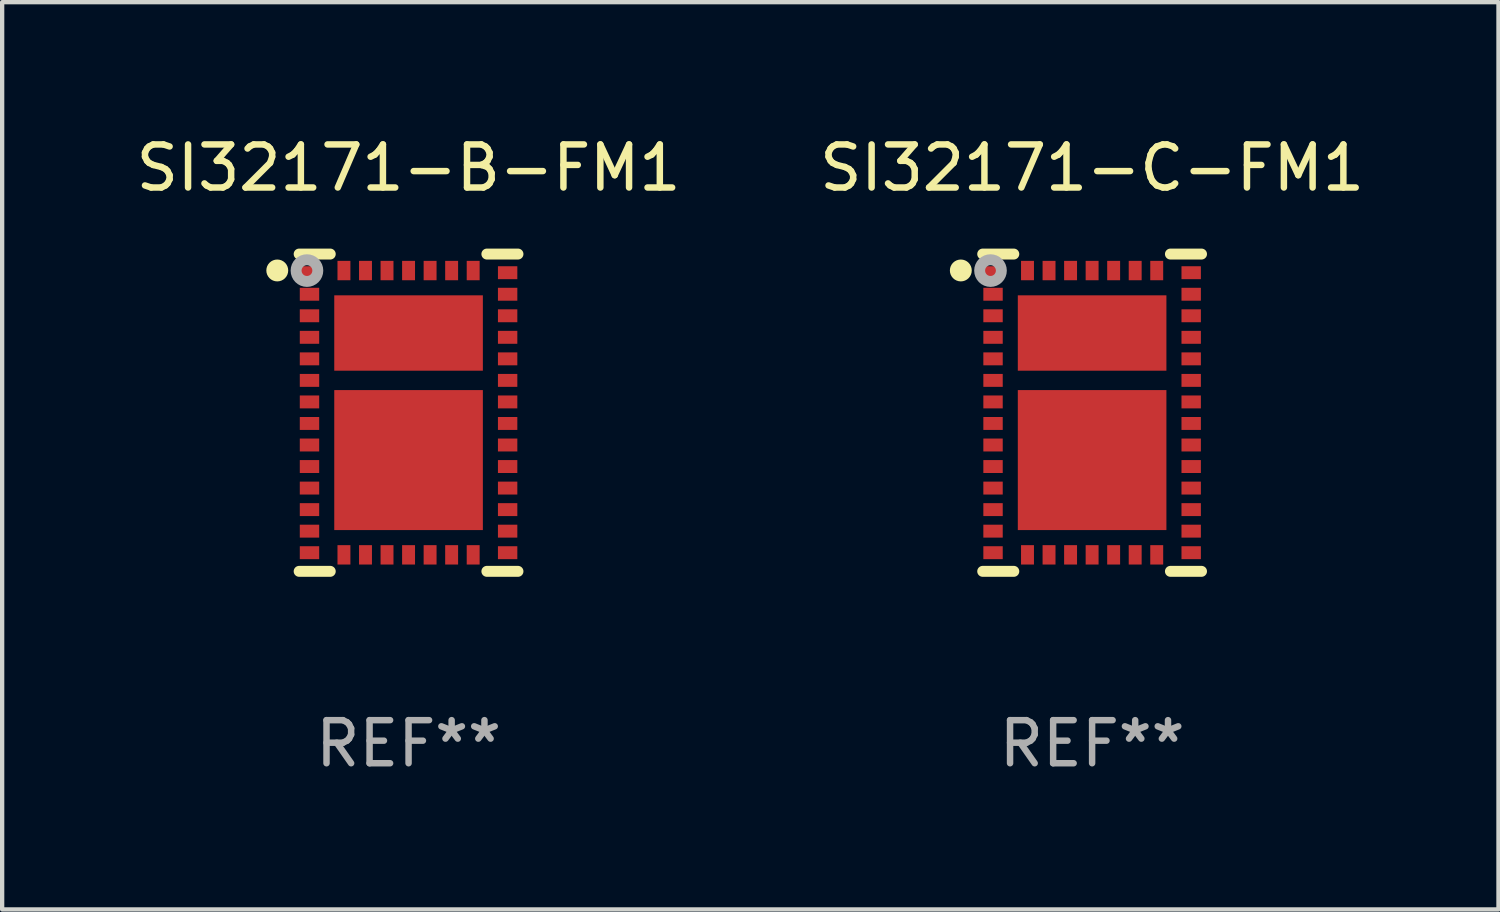
<source format=kicad_pcb>
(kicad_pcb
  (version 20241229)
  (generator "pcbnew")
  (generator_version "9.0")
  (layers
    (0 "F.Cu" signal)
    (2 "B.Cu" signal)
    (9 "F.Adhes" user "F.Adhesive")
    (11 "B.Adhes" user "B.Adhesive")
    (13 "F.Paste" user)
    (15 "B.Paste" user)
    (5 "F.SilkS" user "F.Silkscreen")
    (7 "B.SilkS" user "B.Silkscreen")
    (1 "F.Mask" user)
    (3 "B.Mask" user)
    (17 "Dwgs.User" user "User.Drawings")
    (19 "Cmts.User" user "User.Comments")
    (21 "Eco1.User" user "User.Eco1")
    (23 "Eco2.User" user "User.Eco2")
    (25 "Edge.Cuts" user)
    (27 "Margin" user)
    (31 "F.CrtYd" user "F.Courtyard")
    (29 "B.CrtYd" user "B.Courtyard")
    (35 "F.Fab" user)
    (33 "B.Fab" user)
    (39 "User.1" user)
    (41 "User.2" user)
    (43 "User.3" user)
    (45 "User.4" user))
  (footprint "SI32171-B-FM1"
    (layer "F.Cu")
    (at 6.435 6.531)
    (property "Reference" "SI32171-B-FM1" (at 0 -5.683 0) (layer "F.SilkS") (effects (font (size 1 1) (thickness 0.15))))
    (attr through_hole)
    (fp_line (start -1.818 -3.683) (end -2.54 -3.683) (stroke (width 0.254) (type solid)) (layer "F.SilkS"))
    (fp_line (start -1.818 3.683) (end -2.54 3.683) (stroke (width 0.254) (type solid)) (layer "F.SilkS"))
    (fp_line (start 1.818 -3.683) (end 2.54 -3.683) (stroke (width 0.254) (type solid)) (layer "F.SilkS"))
    (fp_line (start 1.818 3.683) (end 2.54 3.683) (stroke (width 0.254) (type solid)) (layer "F.SilkS"))
    (fp_circle (center -3.048 -3.302) (end -2.921 -3.302) (stroke (width 0.254) (type solid)) (fill no) (layer "F.SilkS"))
    (fp_circle (center -2.5 -3.5) (end -2.47 -3.5) (stroke (width 0.06) (type solid)) (fill no) (layer "F.SilkS"))
    (fp_circle (center -2.359 -3.299) (end -2.234 -3.299) (stroke (width 0.254) (type solid)) (fill no) (layer "F.Fab"))
    (fp_text user "REF**" (at 0 7.683 0) (layer "F.Fab") (effects (font (size 1 1) (thickness 0.15))))
    (pad "1" smd rect (at -2.3 -3.25) (size 0.45 0.3) (layers "F.Cu" "F.Mask" "F.Paste"))
    (pad "2" smd rect (at -2.3 -2.75) (size 0.45 0.3) (layers "F.Cu" "F.Mask" "F.Paste"))
    (pad "3" smd rect (at -2.3 -2.25) (size 0.45 0.3) (layers "F.Cu" "F.Mask" "F.Paste"))
    (pad "4" smd rect (at -2.3 -1.75) (size 0.45 0.3) (layers "F.Cu" "F.Mask" "F.Paste"))
    (pad "5" smd rect (at -2.3 -1.25) (size 0.45 0.3) (layers "F.Cu" "F.Mask" "F.Paste"))
    (pad "6" smd rect (at -2.3 -0.75) (size 0.45 0.3) (layers "F.Cu" "F.Mask" "F.Paste"))
    (pad "7" smd rect (at -2.3 -0.25) (size 0.45 0.3) (layers "F.Cu" "F.Mask" "F.Paste"))
    (pad "8" smd rect (at -2.3 0.25) (size 0.45 0.3) (layers "F.Cu" "F.Mask" "F.Paste"))
    (pad "9" smd rect (at -2.3 0.75) (size 0.45 0.3) (layers "F.Cu" "F.Mask" "F.Paste"))
    (pad "10" smd rect (at -2.3 1.25) (size 0.45 0.3) (layers "F.Cu" "F.Mask" "F.Paste"))
    (pad "11" smd rect (at -2.3 1.75) (size 0.45 0.3) (layers "F.Cu" "F.Mask" "F.Paste"))
    (pad "12" smd rect (at -2.3 2.25) (size 0.45 0.3) (layers "F.Cu" "F.Mask" "F.Paste"))
    (pad "13" smd rect (at -2.3 2.75) (size 0.45 0.3) (layers "F.Cu" "F.Mask" "F.Paste"))
    (pad "14" smd rect (at -2.3 3.25) (size 0.45 0.3) (layers "F.Cu" "F.Mask" "F.Paste"))
    (pad "15" smd rect (at -1.5 3.3 90) (size 0.45 0.3) (layers "F.Cu" "F.Mask" "F.Paste"))
    (pad "16" smd rect (at -1 3.3 90) (size 0.45 0.3) (layers "F.Cu" "F.Mask" "F.Paste"))
    (pad "17" smd rect (at -0.5 3.3 90) (size 0.45 0.3) (layers "F.Cu" "F.Mask" "F.Paste"))
    (pad "18" smd rect (at 0 3.3 90) (size 0.45 0.3) (layers "F.Cu" "F.Mask" "F.Paste"))
    (pad "19" smd rect (at 0.5 3.3 90) (size 0.45 0.3) (layers "F.Cu" "F.Mask" "F.Paste"))
    (pad "20" smd rect (at 1 3.3 90) (size 0.45 0.3) (layers "F.Cu" "F.Mask" "F.Paste"))
    (pad "21" smd rect (at 1.5 3.3 90) (size 0.45 0.3) (layers "F.Cu" "F.Mask" "F.Paste"))
    (pad "22" smd rect (at 2.3 3.25 180) (size 0.45 0.3) (layers "F.Cu" "F.Mask" "F.Paste"))
    (pad "23" smd rect (at 2.3 2.75 180) (size 0.45 0.3) (layers "F.Cu" "F.Mask" "F.Paste"))
    (pad "24" smd rect (at 2.3 2.25 180) (size 0.45 0.3) (layers "F.Cu" "F.Mask" "F.Paste"))
    (pad "25" smd rect (at 2.3 1.75 180) (size 0.45 0.3) (layers "F.Cu" "F.Mask" "F.Paste"))
    (pad "26" smd rect (at 2.3 1.25 180) (size 0.45 0.3) (layers "F.Cu" "F.Mask" "F.Paste"))
    (pad "27" smd rect (at 2.3 0.75 180) (size 0.45 0.3) (layers "F.Cu" "F.Mask" "F.Paste"))
    (pad "28" smd rect (at 2.3 0.25 180) (size 0.45 0.3) (layers "F.Cu" "F.Mask" "F.Paste"))
    (pad "29" smd rect (at 2.3 -0.25 180) (size 0.45 0.3) (layers "F.Cu" "F.Mask" "F.Paste"))
    (pad "30" smd rect (at 2.3 -0.75 180) (size 0.45 0.3) (layers "F.Cu" "F.Mask" "F.Paste"))
    (pad "31" smd rect (at 2.3 -1.25 180) (size 0.45 0.3) (layers "F.Cu" "F.Mask" "F.Paste"))
    (pad "32" smd rect (at 2.3 -1.75 180) (size 0.45 0.3) (layers "F.Cu" "F.Mask" "F.Paste"))
    (pad "33" smd rect (at 2.3 -2.25 180) (size 0.45 0.3) (layers "F.Cu" "F.Mask" "F.Paste"))
    (pad "34" smd rect (at 2.3 -2.75 180) (size 0.45 0.3) (layers "F.Cu" "F.Mask" "F.Paste"))
    (pad "35" smd rect (at 2.3 -3.25 180) (size 0.45 0.3) (layers "F.Cu" "F.Mask" "F.Paste"))
    (pad "36" smd rect (at 1.5 -3.3 270) (size 0.45 0.3) (layers "F.Cu" "F.Mask" "F.Paste"))
    (pad "37" smd rect (at 1 -3.3 270) (size 0.45 0.3) (layers "F.Cu" "F.Mask" "F.Paste"))
    (pad "38" smd rect (at 0.5 -3.3 270) (size 0.45 0.3) (layers "F.Cu" "F.Mask" "F.Paste"))
    (pad "39" smd rect (at 0 -3.3 270) (size 0.45 0.3) (layers "F.Cu" "F.Mask" "F.Paste"))
    (pad "40" smd rect (at -0.5 -3.3 270) (size 0.45 0.3) (layers "F.Cu" "F.Mask" "F.Paste"))
    (pad "41" smd rect (at -1 -3.3 270) (size 0.45 0.3) (layers "F.Cu" "F.Mask" "F.Paste"))
    (pad "42" smd rect (at -1.5 -3.3 270) (size 0.45 0.3) (layers "F.Cu" "F.Mask" "F.Paste"))
    (pad "43" smd rect (at 0 1.1 270) (size 3.25 3.45) (layers "F.Cu" "F.Mask" "F.Paste"))
    (pad "44" smd rect (at 0 -1.85 270) (size 1.75 3.45) (layers "F.Cu" "F.Mask" "F.Paste")))
  (footprint "SI32171-C-FM1"
    (layer "F.Cu")
    (at 22.304 6.531)
    (property "Reference" "SI32171-C-FM1" (at 0 -5.683 0) (layer "F.SilkS") (effects (font (size 1 1) (thickness 0.15))))
    (attr through_hole)
    (fp_line (start -1.818 -3.683) (end -2.54 -3.683) (stroke (width 0.254) (type solid)) (layer "F.SilkS"))
    (fp_line (start -1.818 3.683) (end -2.54 3.683) (stroke (width 0.254) (type solid)) (layer "F.SilkS"))
    (fp_line (start 1.818 -3.683) (end 2.54 -3.683) (stroke (width 0.254) (type solid)) (layer "F.SilkS"))
    (fp_line (start 1.818 3.683) (end 2.54 3.683) (stroke (width 0.254) (type solid)) (layer "F.SilkS"))
    (fp_circle (center -3.048 -3.302) (end -2.921 -3.302) (stroke (width 0.254) (type solid)) (fill no) (layer "F.SilkS"))
    (fp_circle (center -2.5 -3.5) (end -2.47 -3.5) (stroke (width 0.06) (type solid)) (fill no) (layer "F.SilkS"))
    (fp_circle (center -2.359 -3.299) (end -2.234 -3.299) (stroke (width 0.254) (type solid)) (fill no) (layer "F.Fab"))
    (fp_text user "REF**" (at 0 7.683 0) (layer "F.Fab") (effects (font (size 1 1) (thickness 0.15))))
    (pad "1" smd rect (at -2.3 -3.25) (size 0.45 0.3) (layers "F.Cu" "F.Mask" "F.Paste"))
    (pad "2" smd rect (at -2.3 -2.75) (size 0.45 0.3) (layers "F.Cu" "F.Mask" "F.Paste"))
    (pad "3" smd rect (at -2.3 -2.25) (size 0.45 0.3) (layers "F.Cu" "F.Mask" "F.Paste"))
    (pad "4" smd rect (at -2.3 -1.75) (size 0.45 0.3) (layers "F.Cu" "F.Mask" "F.Paste"))
    (pad "5" smd rect (at -2.3 -1.25) (size 0.45 0.3) (layers "F.Cu" "F.Mask" "F.Paste"))
    (pad "6" smd rect (at -2.3 -0.75) (size 0.45 0.3) (layers "F.Cu" "F.Mask" "F.Paste"))
    (pad "7" smd rect (at -2.3 -0.25) (size 0.45 0.3) (layers "F.Cu" "F.Mask" "F.Paste"))
    (pad "8" smd rect (at -2.3 0.25) (size 0.45 0.3) (layers "F.Cu" "F.Mask" "F.Paste"))
    (pad "9" smd rect (at -2.3 0.75) (size 0.45 0.3) (layers "F.Cu" "F.Mask" "F.Paste"))
    (pad "10" smd rect (at -2.3 1.25) (size 0.45 0.3) (layers "F.Cu" "F.Mask" "F.Paste"))
    (pad "11" smd rect (at -2.3 1.75) (size 0.45 0.3) (layers "F.Cu" "F.Mask" "F.Paste"))
    (pad "12" smd rect (at -2.3 2.25) (size 0.45 0.3) (layers "F.Cu" "F.Mask" "F.Paste"))
    (pad "13" smd rect (at -2.3 2.75) (size 0.45 0.3) (layers "F.Cu" "F.Mask" "F.Paste"))
    (pad "14" smd rect (at -2.3 3.25) (size 0.45 0.3) (layers "F.Cu" "F.Mask" "F.Paste"))
    (pad "15" smd rect (at -1.5 3.3 90) (size 0.45 0.3) (layers "F.Cu" "F.Mask" "F.Paste"))
    (pad "16" smd rect (at -1 3.3 90) (size 0.45 0.3) (layers "F.Cu" "F.Mask" "F.Paste"))
    (pad "17" smd rect (at -0.5 3.3 90) (size 0.45 0.3) (layers "F.Cu" "F.Mask" "F.Paste"))
    (pad "18" smd rect (at 0 3.3 90) (size 0.45 0.3) (layers "F.Cu" "F.Mask" "F.Paste"))
    (pad "19" smd rect (at 0.5 3.3 90) (size 0.45 0.3) (layers "F.Cu" "F.Mask" "F.Paste"))
    (pad "20" smd rect (at 1 3.3 90) (size 0.45 0.3) (layers "F.Cu" "F.Mask" "F.Paste"))
    (pad "21" smd rect (at 1.5 3.3 90) (size 0.45 0.3) (layers "F.Cu" "F.Mask" "F.Paste"))
    (pad "22" smd rect (at 2.3 3.25 180) (size 0.45 0.3) (layers "F.Cu" "F.Mask" "F.Paste"))
    (pad "23" smd rect (at 2.3 2.75 180) (size 0.45 0.3) (layers "F.Cu" "F.Mask" "F.Paste"))
    (pad "24" smd rect (at 2.3 2.25 180) (size 0.45 0.3) (layers "F.Cu" "F.Mask" "F.Paste"))
    (pad "25" smd rect (at 2.3 1.75 180) (size 0.45 0.3) (layers "F.Cu" "F.Mask" "F.Paste"))
    (pad "26" smd rect (at 2.3 1.25 180) (size 0.45 0.3) (layers "F.Cu" "F.Mask" "F.Paste"))
    (pad "27" smd rect (at 2.3 0.75 180) (size 0.45 0.3) (layers "F.Cu" "F.Mask" "F.Paste"))
    (pad "28" smd rect (at 2.3 0.25 180) (size 0.45 0.3) (layers "F.Cu" "F.Mask" "F.Paste"))
    (pad "29" smd rect (at 2.3 -0.25 180) (size 0.45 0.3) (layers "F.Cu" "F.Mask" "F.Paste"))
    (pad "30" smd rect (at 2.3 -0.75 180) (size 0.45 0.3) (layers "F.Cu" "F.Mask" "F.Paste"))
    (pad "31" smd rect (at 2.3 -1.25 180) (size 0.45 0.3) (layers "F.Cu" "F.Mask" "F.Paste"))
    (pad "32" smd rect (at 2.3 -1.75 180) (size 0.45 0.3) (layers "F.Cu" "F.Mask" "F.Paste"))
    (pad "33" smd rect (at 2.3 -2.25 180) (size 0.45 0.3) (layers "F.Cu" "F.Mask" "F.Paste"))
    (pad "34" smd rect (at 2.3 -2.75 180) (size 0.45 0.3) (layers "F.Cu" "F.Mask" "F.Paste"))
    (pad "35" smd rect (at 2.3 -3.25 180) (size 0.45 0.3) (layers "F.Cu" "F.Mask" "F.Paste"))
    (pad "36" smd rect (at 1.5 -3.3 270) (size 0.45 0.3) (layers "F.Cu" "F.Mask" "F.Paste"))
    (pad "37" smd rect (at 1 -3.3 270) (size 0.45 0.3) (layers "F.Cu" "F.Mask" "F.Paste"))
    (pad "38" smd rect (at 0.5 -3.3 270) (size 0.45 0.3) (layers "F.Cu" "F.Mask" "F.Paste"))
    (pad "39" smd rect (at 0 -3.3 270) (size 0.45 0.3) (layers "F.Cu" "F.Mask" "F.Paste"))
    (pad "40" smd rect (at -0.5 -3.3 270) (size 0.45 0.3) (layers "F.Cu" "F.Mask" "F.Paste"))
    (pad "41" smd rect (at -1 -3.3 270) (size 0.45 0.3) (layers "F.Cu" "F.Mask" "F.Paste"))
    (pad "42" smd rect (at -1.5 -3.3 270) (size 0.45 0.3) (layers "F.Cu" "F.Mask" "F.Paste"))
    (pad "43" smd rect (at 0 1.1 270) (size 3.25 3.45) (layers "F.Cu" "F.Mask" "F.Paste"))
    (pad "44" smd rect (at 0 -1.85 270) (size 1.75 3.45) (layers "F.Cu" "F.Mask" "F.Paste")))
  (gr_rect
    (start -3 -3)
    (end 31.738 18.063)
    (stroke (width 0.1) (type default))
    (fill no)
    (layer "Edge.Cuts")))
</source>
